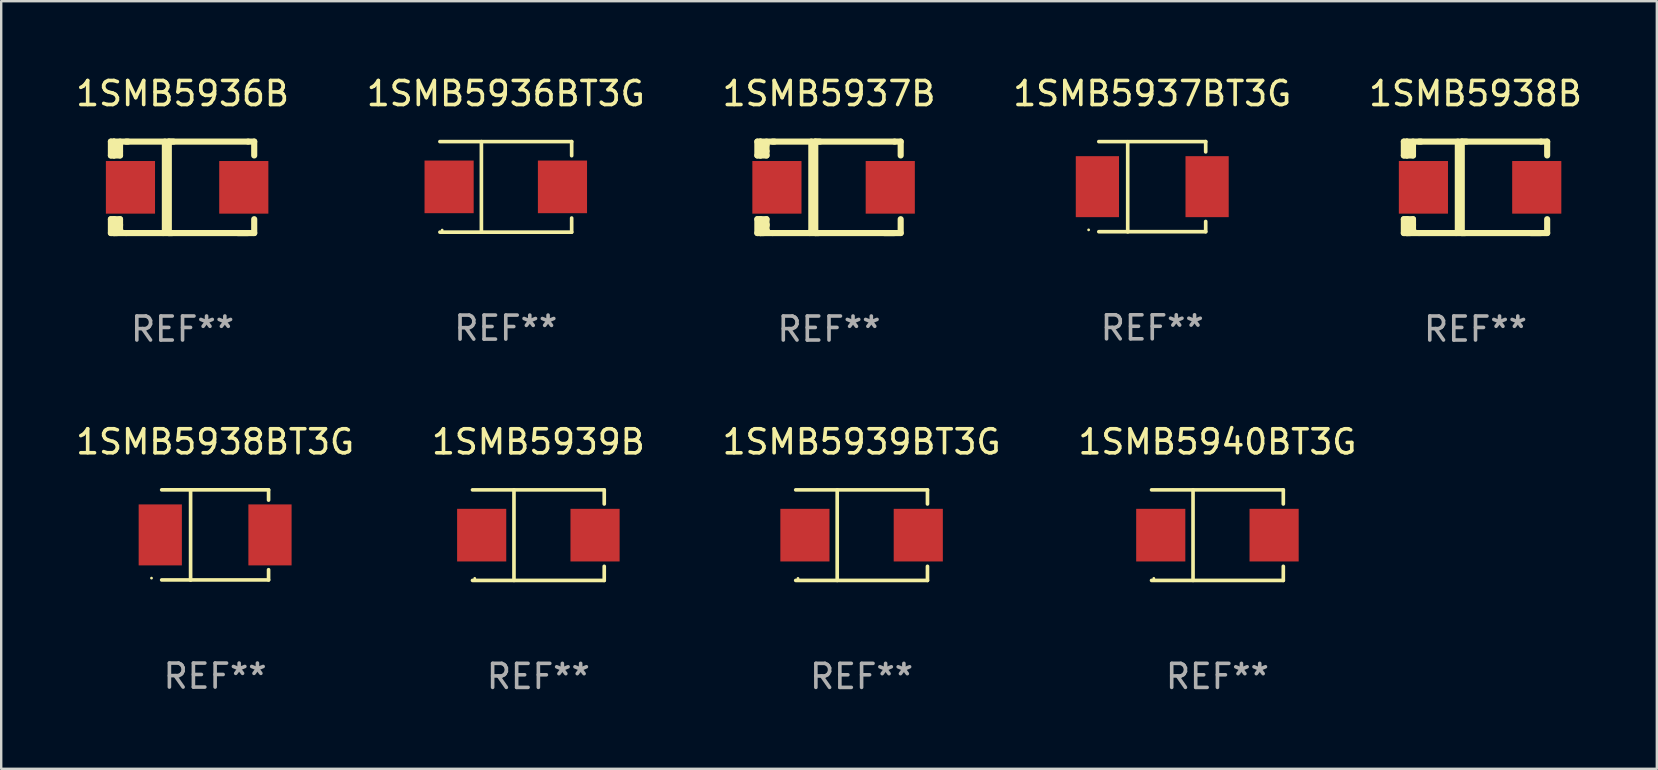
<source format=kicad_pcb>
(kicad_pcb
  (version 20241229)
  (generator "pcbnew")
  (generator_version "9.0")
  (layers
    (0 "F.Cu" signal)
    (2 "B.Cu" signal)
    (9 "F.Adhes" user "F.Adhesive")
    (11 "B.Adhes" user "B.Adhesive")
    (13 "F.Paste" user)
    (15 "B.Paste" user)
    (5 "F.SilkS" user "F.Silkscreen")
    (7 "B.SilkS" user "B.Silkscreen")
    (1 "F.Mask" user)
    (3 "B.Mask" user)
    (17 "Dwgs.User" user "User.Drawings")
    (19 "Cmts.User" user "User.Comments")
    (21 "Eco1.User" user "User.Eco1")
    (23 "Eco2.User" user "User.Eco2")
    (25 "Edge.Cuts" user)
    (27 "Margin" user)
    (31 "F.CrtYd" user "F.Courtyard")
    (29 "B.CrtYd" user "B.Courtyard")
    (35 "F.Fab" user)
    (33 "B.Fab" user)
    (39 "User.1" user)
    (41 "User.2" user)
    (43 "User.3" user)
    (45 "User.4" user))
  (footprint "1SMB5938BT3G"
    (layer "F.Cu")
    (at 5.911 19.234)
    (property "Reference" "1SMB5938BT3G" (at 0 -3.88 0) (layer "F.SilkS") (effects (font (size 1 1) (thickness 0.15))))
    (attr through_hole)
    (fp_line (start -2.226 -1.88) (end 2.226 -1.88) (stroke (width 0.152) (type solid)) (layer "F.SilkS"))
    (fp_line (start -2.226 1.873) (end 2.226 1.873) (stroke (width 0.152) (type solid)) (layer "F.SilkS"))
    (fp_line (start -1.022 -1.873) (end -1.022 1.88) (stroke (width 0.152) (type solid)) (layer "F.SilkS"))
    (fp_line (start 2.226 -1.88) (end 2.226 -1.453) (stroke (width 0.152) (type solid)) (layer "F.SilkS"))
    (fp_line (start 2.226 1.447) (end 2.226 1.873) (stroke (width 0.152) (type solid)) (layer "F.SilkS"))
    (fp_circle (center -2.65 1.797) (end -2.62 1.797) (stroke (width 0.06) (type solid)) (fill no) (layer "F.SilkS"))
    (fp_text user "REF**" (at 0 5.88 0) (layer "F.Fab") (effects (font (size 1 1) (thickness 0.15))))
    (pad "1" smd rect (at -2.285 -0.003) (size 1.8 2.54) (layers "F.Cu" "F.Mask" "F.Paste"))
    (pad "2" smd rect (at 2.285 -0.003) (size 1.8 2.54) (layers "F.Cu" "F.Mask" "F.Paste")))
  (footprint "1SMB5936BT3G"
    (layer "F.Cu")
    (at 18.018 4.734)
    (property "Reference" "1SMB5936BT3G" (at 0 -3.886 0) (layer "F.SilkS") (effects (font (size 1 1) (thickness 0.15))))
    (attr through_hole)
    (fp_line (start -2.744 -1.886) (end 2.744 -1.886) (stroke (width 0.152) (type solid)) (layer "F.SilkS"))
    (fp_line (start -2.744 1.886) (end 2.744 1.886) (stroke (width 0.152) (type solid)) (layer "F.SilkS"))
    (fp_line (start -1.016 -1.886) (end -1.016 1.886) (stroke (width 0.152) (type solid)) (layer "F.SilkS"))
    (fp_line (start 2.744 -1.886) (end 2.744 -1.299) (stroke (width 0.152) (type solid)) (layer "F.SilkS"))
    (fp_line (start 2.744 1.886) (end 2.744 1.299) (stroke (width 0.152) (type solid)) (layer "F.SilkS"))
    (fp_circle (center -2.65 1.8) (end -2.62 1.8) (stroke (width 0.06) (type solid)) (fill no) (layer "F.SilkS"))
    (fp_text user "REF**" (at 0 5.886 0) (layer "F.Fab") (effects (font (size 1 1) (thickness 0.15))))
    (pad "1" smd rect (at -2.361 0) (size 2.047 2.192) (layers "F.Cu" "F.Mask" "F.Paste"))
    (pad "2" smd rect (at 2.361 0) (size 2.047 2.192) (layers "F.Cu" "F.Mask" "F.Paste")))
  (footprint "1SMB5936B"
    (layer "F.Cu")
    (at 4.554 4.753)
    (property "Reference" "1SMB5936B" (at 0 -3.905 0) (layer "F.SilkS") (effects (font (size 1 1) (thickness 0.15))))
    (attr through_hole)
    (fp_line (start -2.985 -1.905) (end -2.985 -1.327) (stroke (width 0.254) (type solid)) (layer "F.SilkS"))
    (fp_line (start -2.985 -1.327) (end -2.858 -1.327) (stroke (width 0.254) (type solid)) (layer "F.SilkS"))
    (fp_line (start -2.985 1.327) (end -2.985 1.905) (stroke (width 0.254) (type solid)) (layer "F.SilkS"))
    (fp_line (start -2.985 1.905) (end -2.858 1.905) (stroke (width 0.254) (type solid)) (layer "F.SilkS"))
    (fp_line (start -2.858 -1.905) (end -2.985 -1.905) (stroke (width 0.254) (type solid)) (layer "F.SilkS"))
    (fp_line (start -2.858 -1.905) (end -2.271 -1.905) (stroke (width 0.254) (type solid)) (layer "F.SilkS"))
    (fp_line (start -2.858 -1.327) (end -2.858 -1.905) (stroke (width 0.254) (type solid)) (layer "F.SilkS"))
    (fp_line (start -2.858 -1.327) (end -2.604 -1.327) (stroke (width 0.254) (type solid)) (layer "F.SilkS"))
    (fp_line (start -2.858 1.327) (end -2.985 1.327) (stroke (width 0.254) (type solid)) (layer "F.SilkS"))
    (fp_line (start -2.858 1.327) (end -2.604 1.327) (stroke (width 0.254) (type solid)) (layer "F.SilkS"))
    (fp_line (start -2.858 1.549) (end -2.604 1.549) (stroke (width 0.254) (type solid)) (layer "F.SilkS"))
    (fp_line (start -2.858 1.905) (end -2.858 1.327) (stroke (width 0.254) (type solid)) (layer "F.SilkS"))
    (fp_line (start -2.806 -1.766) (end -2.858 -1.715) (stroke (width 0.254) (type solid)) (layer "F.SilkS"))
    (fp_line (start -2.796 -1.508) (end -2.858 -1.446) (stroke (width 0.254) (type solid)) (layer "F.SilkS"))
    (fp_line (start -2.776 1.778) (end -2.858 1.696) (stroke (width 0.254) (type solid)) (layer "F.SilkS"))
    (fp_line (start -2.716 1.905) (end -2.858 1.905) (stroke (width 0.254) (type solid)) (layer "F.SilkS"))
    (fp_line (start -2.683 -1.766) (end -2.683 -1.748) (stroke (width 0.254) (type solid)) (layer "F.SilkS"))
    (fp_line (start -2.683 -1.748) (end -2.858 -1.573) (stroke (width 0.254) (type solid)) (layer "F.SilkS"))
    (fp_line (start -2.604 -1.766) (end -2.806 -1.766) (stroke (width 0.254) (type solid)) (layer "F.SilkS"))
    (fp_line (start -2.604 -1.508) (end -2.796 -1.508) (stroke (width 0.254) (type solid)) (layer "F.SilkS"))
    (fp_line (start -2.604 -1.327) (end -2.604 -1.905) (stroke (width 0.254) (type solid)) (layer "F.SilkS"))
    (fp_line (start -2.604 1.327) (end -2.604 1.778) (stroke (width 0.254) (type solid)) (layer "F.SilkS"))
    (fp_line (start -2.604 1.596) (end -2.604 1.563) (stroke (width 0.254) (type solid)) (layer "F.SilkS"))
    (fp_line (start -2.604 1.778) (end -2.776 1.778) (stroke (width 0.254) (type solid)) (layer "F.SilkS"))
    (fp_line (start -2.35 1.905) (end -2.858 1.905) (stroke (width 0.254) (type solid)) (layer "F.SilkS"))
    (fp_line (start -2.35 1.905) (end 2.731 1.905) (stroke (width 0.254) (type solid)) (layer "F.SilkS"))
    (fp_line (start -0.737 -1.905) (end -0.737 1.834) (stroke (width 0.254) (type solid)) (layer "F.SilkS"))
    (fp_line (start -0.737 1.834) (end -0.807 1.905) (stroke (width 0.254) (type solid)) (layer "F.SilkS"))
    (fp_line (start -0.572 -1.905) (end -0.572 1.905) (stroke (width 0.254) (type solid)) (layer "F.SilkS"))
    (fp_line (start -0.572 1.905) (end -0.422 1.905) (stroke (width 0.254) (type solid)) (layer "F.SilkS"))
    (fp_line (start -0.376 -1.905) (end -0.572 -1.905) (stroke (width 0.254) (type solid)) (layer "F.SilkS"))
    (fp_line (start 2.731 -1.905) (end -2.35 -1.905) (stroke (width 0.254) (type solid)) (layer "F.SilkS"))
    (fp_line (start 2.731 -1.905) (end 2.985 -1.905) (stroke (width 0.254) (type solid)) (layer "F.SilkS"))
    (fp_line (start 2.985 -1.905) (end 2.985 -1.327) (stroke (width 0.254) (type solid)) (layer "F.SilkS"))
    (fp_line (start 2.985 1.327) (end 2.985 1.905) (stroke (width 0.254) (type solid)) (layer "F.SilkS"))
    (fp_line (start 2.985 1.905) (end 2.301 1.905) (stroke (width 0.254) (type solid)) (layer "F.SilkS"))
    (fp_circle (center -2.509 1.8) (end -2.479 1.8) (stroke (width 0.06) (type solid)) (fill no) (layer "F.SilkS"))
    (fp_text user "REF**" (at 0 5.905 0) (layer "F.Fab") (effects (font (size 1 1) (thickness 0.15))))
    (pad "1" smd rect (at -2.17 0) (size 2.047 2.192) (layers "F.Cu" "F.Mask" "F.Paste"))
    (pad "2" smd rect (at 2.551 0) (size 2.047 2.192) (layers "F.Cu" "F.Mask" "F.Paste")))
  (footprint "1SMB5939BT3G"
    (layer "F.Cu")
    (at 32.839 19.241)
    (property "Reference" "1SMB5939BT3G" (at 0 -3.886 0) (layer "F.SilkS") (effects (font (size 1 1) (thickness 0.15))))
    (attr through_hole)
    (fp_line (start -2.744 -1.886) (end 2.744 -1.886) (stroke (width 0.152) (type solid)) (layer "F.SilkS"))
    (fp_line (start -2.744 1.886) (end 2.744 1.886) (stroke (width 0.152) (type solid)) (layer "F.SilkS"))
    (fp_line (start -1.016 -1.886) (end -1.016 1.886) (stroke (width 0.152) (type solid)) (layer "F.SilkS"))
    (fp_line (start 2.744 -1.886) (end 2.744 -1.299) (stroke (width 0.152) (type solid)) (layer "F.SilkS"))
    (fp_line (start 2.744 1.886) (end 2.744 1.299) (stroke (width 0.152) (type solid)) (layer "F.SilkS"))
    (fp_circle (center -2.65 1.8) (end -2.62 1.8) (stroke (width 0.06) (type solid)) (fill no) (layer "F.SilkS"))
    (fp_text user "REF**" (at 0 5.886 0) (layer "F.Fab") (effects (font (size 1 1) (thickness 0.15))))
    (pad "1" smd rect (at -2.361 0) (size 2.047 2.192) (layers "F.Cu" "F.Mask" "F.Paste"))
    (pad "2" smd rect (at 2.361 0) (size 2.047 2.192) (layers "F.Cu" "F.Mask" "F.Paste")))
  (footprint "1SMB5939B"
    (layer "F.Cu")
    (at 19.375 19.241)
    (property "Reference" "1SMB5939B" (at 0 -3.886 0) (layer "F.SilkS") (effects (font (size 1 1) (thickness 0.15))))
    (attr through_hole)
    (fp_line (start -2.744 -1.886) (end 2.744 -1.886) (stroke (width 0.152) (type solid)) (layer "F.SilkS"))
    (fp_line (start -2.744 1.886) (end 2.744 1.886) (stroke (width 0.152) (type solid)) (layer "F.SilkS"))
    (fp_line (start -1.016 -1.886) (end -1.016 1.886) (stroke (width 0.152) (type solid)) (layer "F.SilkS"))
    (fp_line (start 2.744 -1.886) (end 2.744 -1.299) (stroke (width 0.152) (type solid)) (layer "F.SilkS"))
    (fp_line (start 2.744 1.886) (end 2.744 1.299) (stroke (width 0.152) (type solid)) (layer "F.SilkS"))
    (fp_circle (center -2.65 1.8) (end -2.62 1.8) (stroke (width 0.06) (type solid)) (fill no) (layer "F.SilkS"))
    (fp_text user "REF**" (at 0 5.886 0) (layer "F.Fab") (effects (font (size 1 1) (thickness 0.15))))
    (pad "1" smd rect (at -2.361 0) (size 2.047 2.192) (layers "F.Cu" "F.Mask" "F.Paste"))
    (pad "2" smd rect (at 2.361 0) (size 2.047 2.192) (layers "F.Cu" "F.Mask" "F.Paste")))
  (footprint "1SMB5938B"
    (layer "F.Cu")
    (at 58.411 4.753)
    (property "Reference" "1SMB5938B" (at 0 -3.905 0) (layer "F.SilkS") (effects (font (size 1 1) (thickness 0.15))))
    (attr through_hole)
    (fp_line (start -2.985 -1.905) (end -2.985 -1.327) (stroke (width 0.254) (type solid)) (layer "F.SilkS"))
    (fp_line (start -2.985 -1.327) (end -2.858 -1.327) (stroke (width 0.254) (type solid)) (layer "F.SilkS"))
    (fp_line (start -2.985 1.327) (end -2.985 1.905) (stroke (width 0.254) (type solid)) (layer "F.SilkS"))
    (fp_line (start -2.985 1.905) (end -2.858 1.905) (stroke (width 0.254) (type solid)) (layer "F.SilkS"))
    (fp_line (start -2.858 -1.905) (end -2.985 -1.905) (stroke (width 0.254) (type solid)) (layer "F.SilkS"))
    (fp_line (start -2.858 -1.905) (end -2.271 -1.905) (stroke (width 0.254) (type solid)) (layer "F.SilkS"))
    (fp_line (start -2.858 -1.327) (end -2.858 -1.905) (stroke (width 0.254) (type solid)) (layer "F.SilkS"))
    (fp_line (start -2.858 -1.327) (end -2.604 -1.327) (stroke (width 0.254) (type solid)) (layer "F.SilkS"))
    (fp_line (start -2.858 1.327) (end -2.985 1.327) (stroke (width 0.254) (type solid)) (layer "F.SilkS"))
    (fp_line (start -2.858 1.327) (end -2.604 1.327) (stroke (width 0.254) (type solid)) (layer "F.SilkS"))
    (fp_line (start -2.858 1.549) (end -2.604 1.549) (stroke (width 0.254) (type solid)) (layer "F.SilkS"))
    (fp_line (start -2.858 1.905) (end -2.858 1.327) (stroke (width 0.254) (type solid)) (layer "F.SilkS"))
    (fp_line (start -2.806 -1.766) (end -2.858 -1.715) (stroke (width 0.254) (type solid)) (layer "F.SilkS"))
    (fp_line (start -2.796 -1.508) (end -2.858 -1.446) (stroke (width 0.254) (type solid)) (layer "F.SilkS"))
    (fp_line (start -2.776 1.778) (end -2.858 1.696) (stroke (width 0.254) (type solid)) (layer "F.SilkS"))
    (fp_line (start -2.716 1.905) (end -2.858 1.905) (stroke (width 0.254) (type solid)) (layer "F.SilkS"))
    (fp_line (start -2.683 -1.766) (end -2.683 -1.748) (stroke (width 0.254) (type solid)) (layer "F.SilkS"))
    (fp_line (start -2.683 -1.748) (end -2.858 -1.573) (stroke (width 0.254) (type solid)) (layer "F.SilkS"))
    (fp_line (start -2.604 -1.766) (end -2.806 -1.766) (stroke (width 0.254) (type solid)) (layer "F.SilkS"))
    (fp_line (start -2.604 -1.508) (end -2.796 -1.508) (stroke (width 0.254) (type solid)) (layer "F.SilkS"))
    (fp_line (start -2.604 -1.327) (end -2.604 -1.905) (stroke (width 0.254) (type solid)) (layer "F.SilkS"))
    (fp_line (start -2.604 1.327) (end -2.604 1.778) (stroke (width 0.254) (type solid)) (layer "F.SilkS"))
    (fp_line (start -2.604 1.596) (end -2.604 1.563) (stroke (width 0.254) (type solid)) (layer "F.SilkS"))
    (fp_line (start -2.604 1.778) (end -2.776 1.778) (stroke (width 0.254) (type solid)) (layer "F.SilkS"))
    (fp_line (start -2.35 1.905) (end -2.858 1.905) (stroke (width 0.254) (type solid)) (layer "F.SilkS"))
    (fp_line (start -2.35 1.905) (end 2.731 1.905) (stroke (width 0.254) (type solid)) (layer "F.SilkS"))
    (fp_line (start -0.737 -1.905) (end -0.737 1.834) (stroke (width 0.254) (type solid)) (layer "F.SilkS"))
    (fp_line (start -0.737 1.834) (end -0.807 1.905) (stroke (width 0.254) (type solid)) (layer "F.SilkS"))
    (fp_line (start -0.572 -1.905) (end -0.572 1.905) (stroke (width 0.254) (type solid)) (layer "F.SilkS"))
    (fp_line (start -0.572 1.905) (end -0.422 1.905) (stroke (width 0.254) (type solid)) (layer "F.SilkS"))
    (fp_line (start -0.376 -1.905) (end -0.572 -1.905) (stroke (width 0.254) (type solid)) (layer "F.SilkS"))
    (fp_line (start 2.731 -1.905) (end -2.35 -1.905) (stroke (width 0.254) (type solid)) (layer "F.SilkS"))
    (fp_line (start 2.731 -1.905) (end 2.985 -1.905) (stroke (width 0.254) (type solid)) (layer "F.SilkS"))
    (fp_line (start 2.985 -1.905) (end 2.985 -1.327) (stroke (width 0.254) (type solid)) (layer "F.SilkS"))
    (fp_line (start 2.985 1.327) (end 2.985 1.905) (stroke (width 0.254) (type solid)) (layer "F.SilkS"))
    (fp_line (start 2.985 1.905) (end 2.301 1.905) (stroke (width 0.254) (type solid)) (layer "F.SilkS"))
    (fp_circle (center -2.509 1.8) (end -2.479 1.8) (stroke (width 0.06) (type solid)) (fill no) (layer "F.SilkS"))
    (fp_text user "REF**" (at 0 5.905 0) (layer "F.Fab") (effects (font (size 1 1) (thickness 0.15))))
    (pad "1" smd rect (at -2.17 0) (size 2.047 2.192) (layers "F.Cu" "F.Mask" "F.Paste"))
    (pad "2" smd rect (at 2.551 0) (size 2.047 2.192) (layers "F.Cu" "F.Mask" "F.Paste")))
  (footprint "1SMB5940BT3G"
    (layer "F.Cu")
    (at 47.661 19.241)
    (property "Reference" "1SMB5940BT3G" (at 0 -3.886 0) (layer "F.SilkS") (effects (font (size 1 1) (thickness 0.15))))
    (attr through_hole)
    (fp_line (start -2.744 -1.886) (end 2.744 -1.886) (stroke (width 0.152) (type solid)) (layer "F.SilkS"))
    (fp_line (start -2.744 1.886) (end 2.744 1.886) (stroke (width 0.152) (type solid)) (layer "F.SilkS"))
    (fp_line (start -1.016 -1.886) (end -1.016 1.886) (stroke (width 0.152) (type solid)) (layer "F.SilkS"))
    (fp_line (start 2.744 -1.886) (end 2.744 -1.299) (stroke (width 0.152) (type solid)) (layer "F.SilkS"))
    (fp_line (start 2.744 1.886) (end 2.744 1.299) (stroke (width 0.152) (type solid)) (layer "F.SilkS"))
    (fp_circle (center -2.65 1.8) (end -2.62 1.8) (stroke (width 0.06) (type solid)) (fill no) (layer "F.SilkS"))
    (fp_text user "REF**" (at 0 5.886 0) (layer "F.Fab") (effects (font (size 1 1) (thickness 0.15))))
    (pad "1" smd rect (at -2.361 0) (size 2.047 2.192) (layers "F.Cu" "F.Mask" "F.Paste"))
    (pad "2" smd rect (at 2.361 0) (size 2.047 2.192) (layers "F.Cu" "F.Mask" "F.Paste")))
  (footprint "1SMB5937BT3G"
    (layer "F.Cu")
    (at 44.946 4.728)
    (property "Reference" "1SMB5937BT3G" (at 0 -3.88 0) (layer "F.SilkS") (effects (font (size 1 1) (thickness 0.15))))
    (attr through_hole)
    (fp_line (start -2.226 -1.88) (end 2.226 -1.88) (stroke (width 0.152) (type solid)) (layer "F.SilkS"))
    (fp_line (start -2.226 1.873) (end 2.226 1.873) (stroke (width 0.152) (type solid)) (layer "F.SilkS"))
    (fp_line (start -1.022 -1.873) (end -1.022 1.88) (stroke (width 0.152) (type solid)) (layer "F.SilkS"))
    (fp_line (start 2.226 -1.88) (end 2.226 -1.453) (stroke (width 0.152) (type solid)) (layer "F.SilkS"))
    (fp_line (start 2.226 1.447) (end 2.226 1.873) (stroke (width 0.152) (type solid)) (layer "F.SilkS"))
    (fp_circle (center -2.65 1.797) (end -2.62 1.797) (stroke (width 0.06) (type solid)) (fill no) (layer "F.SilkS"))
    (fp_text user "REF**" (at 0 5.88 0) (layer "F.Fab") (effects (font (size 1 1) (thickness 0.15))))
    (pad "1" smd rect (at -2.285 -0.003) (size 1.8 2.54) (layers "F.Cu" "F.Mask" "F.Paste"))
    (pad "2" smd rect (at 2.285 -0.003) (size 1.8 2.54) (layers "F.Cu" "F.Mask" "F.Paste")))
  (footprint "1SMB5937B"
    (layer "F.Cu")
    (at 31.482 4.753)
    (property "Reference" "1SMB5937B" (at 0 -3.905 0) (layer "F.SilkS") (effects (font (size 1 1) (thickness 0.15))))
    (attr through_hole)
    (fp_line (start -2.985 -1.905) (end -2.985 -1.327) (stroke (width 0.254) (type solid)) (layer "F.SilkS"))
    (fp_line (start -2.985 -1.327) (end -2.858 -1.327) (stroke (width 0.254) (type solid)) (layer "F.SilkS"))
    (fp_line (start -2.985 1.327) (end -2.985 1.905) (stroke (width 0.254) (type solid)) (layer "F.SilkS"))
    (fp_line (start -2.985 1.905) (end -2.858 1.905) (stroke (width 0.254) (type solid)) (layer "F.SilkS"))
    (fp_line (start -2.858 -1.905) (end -2.985 -1.905) (stroke (width 0.254) (type solid)) (layer "F.SilkS"))
    (fp_line (start -2.858 -1.905) (end -2.271 -1.905) (stroke (width 0.254) (type solid)) (layer "F.SilkS"))
    (fp_line (start -2.858 -1.327) (end -2.858 -1.905) (stroke (width 0.254) (type solid)) (layer "F.SilkS"))
    (fp_line (start -2.858 -1.327) (end -2.604 -1.327) (stroke (width 0.254) (type solid)) (layer "F.SilkS"))
    (fp_line (start -2.858 1.327) (end -2.985 1.327) (stroke (width 0.254) (type solid)) (layer "F.SilkS"))
    (fp_line (start -2.858 1.327) (end -2.604 1.327) (stroke (width 0.254) (type solid)) (layer "F.SilkS"))
    (fp_line (start -2.858 1.549) (end -2.604 1.549) (stroke (width 0.254) (type solid)) (layer "F.SilkS"))
    (fp_line (start -2.858 1.905) (end -2.858 1.327) (stroke (width 0.254) (type solid)) (layer "F.SilkS"))
    (fp_line (start -2.806 -1.766) (end -2.858 -1.715) (stroke (width 0.254) (type solid)) (layer "F.SilkS"))
    (fp_line (start -2.796 -1.508) (end -2.858 -1.446) (stroke (width 0.254) (type solid)) (layer "F.SilkS"))
    (fp_line (start -2.776 1.778) (end -2.858 1.696) (stroke (width 0.254) (type solid)) (layer "F.SilkS"))
    (fp_line (start -2.716 1.905) (end -2.858 1.905) (stroke (width 0.254) (type solid)) (layer "F.SilkS"))
    (fp_line (start -2.683 -1.766) (end -2.683 -1.748) (stroke (width 0.254) (type solid)) (layer "F.SilkS"))
    (fp_line (start -2.683 -1.748) (end -2.858 -1.573) (stroke (width 0.254) (type solid)) (layer "F.SilkS"))
    (fp_line (start -2.604 -1.766) (end -2.806 -1.766) (stroke (width 0.254) (type solid)) (layer "F.SilkS"))
    (fp_line (start -2.604 -1.508) (end -2.796 -1.508) (stroke (width 0.254) (type solid)) (layer "F.SilkS"))
    (fp_line (start -2.604 -1.327) (end -2.604 -1.905) (stroke (width 0.254) (type solid)) (layer "F.SilkS"))
    (fp_line (start -2.604 1.327) (end -2.604 1.778) (stroke (width 0.254) (type solid)) (layer "F.SilkS"))
    (fp_line (start -2.604 1.596) (end -2.604 1.563) (stroke (width 0.254) (type solid)) (layer "F.SilkS"))
    (fp_line (start -2.604 1.778) (end -2.776 1.778) (stroke (width 0.254) (type solid)) (layer "F.SilkS"))
    (fp_line (start -2.35 1.905) (end -2.858 1.905) (stroke (width 0.254) (type solid)) (layer "F.SilkS"))
    (fp_line (start -2.35 1.905) (end 2.731 1.905) (stroke (width 0.254) (type solid)) (layer "F.SilkS"))
    (fp_line (start -0.737 -1.905) (end -0.737 1.834) (stroke (width 0.254) (type solid)) (layer "F.SilkS"))
    (fp_line (start -0.737 1.834) (end -0.807 1.905) (stroke (width 0.254) (type solid)) (layer "F.SilkS"))
    (fp_line (start -0.572 -1.905) (end -0.572 1.905) (stroke (width 0.254) (type solid)) (layer "F.SilkS"))
    (fp_line (start -0.572 1.905) (end -0.422 1.905) (stroke (width 0.254) (type solid)) (layer "F.SilkS"))
    (fp_line (start -0.376 -1.905) (end -0.572 -1.905) (stroke (width 0.254) (type solid)) (layer "F.SilkS"))
    (fp_line (start 2.731 -1.905) (end -2.35 -1.905) (stroke (width 0.254) (type solid)) (layer "F.SilkS"))
    (fp_line (start 2.731 -1.905) (end 2.985 -1.905) (stroke (width 0.254) (type solid)) (layer "F.SilkS"))
    (fp_line (start 2.985 -1.905) (end 2.985 -1.327) (stroke (width 0.254) (type solid)) (layer "F.SilkS"))
    (fp_line (start 2.985 1.327) (end 2.985 1.905) (stroke (width 0.254) (type solid)) (layer "F.SilkS"))
    (fp_line (start 2.985 1.905) (end 2.301 1.905) (stroke (width 0.254) (type solid)) (layer "F.SilkS"))
    (fp_circle (center -2.509 1.8) (end -2.479 1.8) (stroke (width 0.06) (type solid)) (fill no) (layer "F.SilkS"))
    (fp_text user "REF**" (at 0 5.905 0) (layer "F.Fab") (effects (font (size 1 1) (thickness 0.15))))
    (pad "1" smd rect (at -2.17 0) (size 2.047 2.192) (layers "F.Cu" "F.Mask" "F.Paste"))
    (pad "2" smd rect (at 2.551 0) (size 2.047 2.192) (layers "F.Cu" "F.Mask" "F.Paste")))
  (gr_rect
    (start -3 -3)
    (end 65.964 28.975)
    (stroke (width 0.1) (type default))
    (fill no)
    (layer "Edge.Cuts")))
</source>
